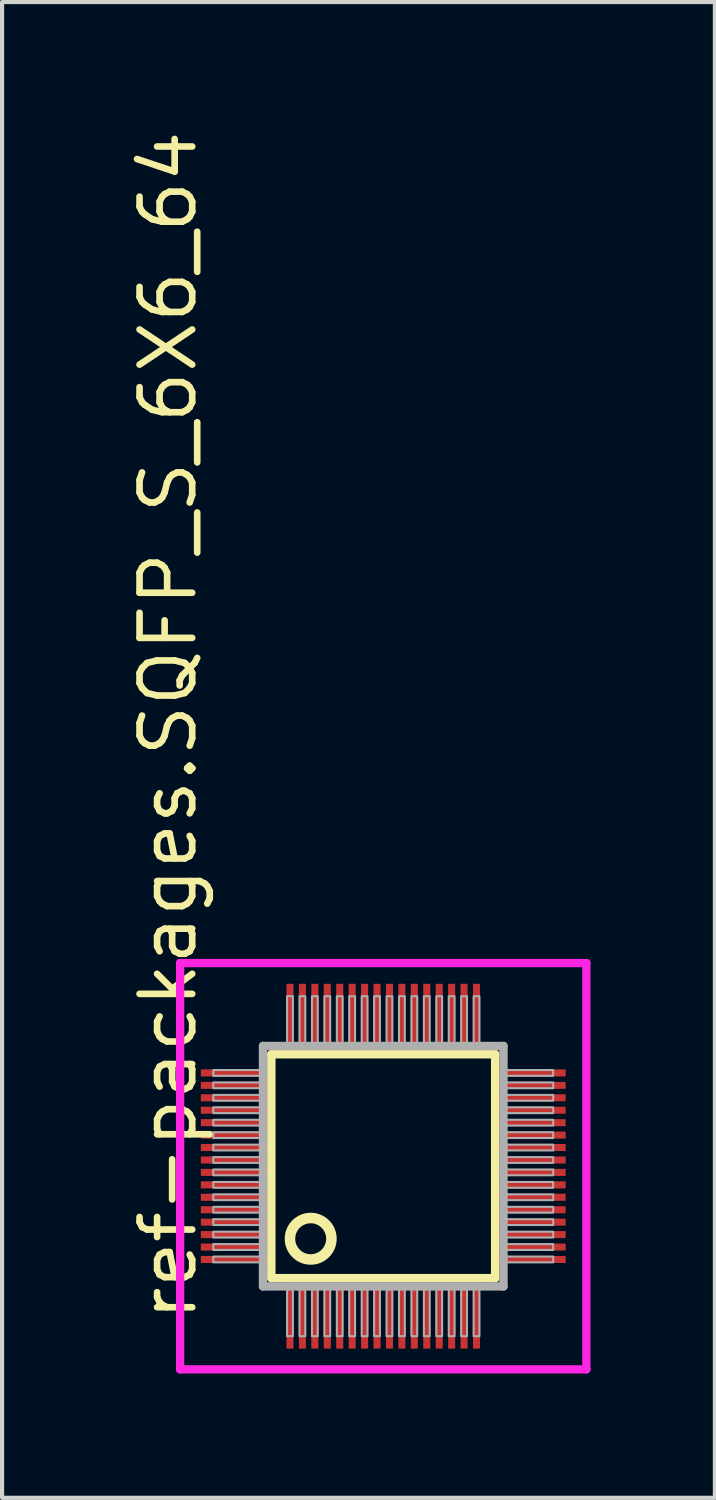
<source format=kicad_pcb>
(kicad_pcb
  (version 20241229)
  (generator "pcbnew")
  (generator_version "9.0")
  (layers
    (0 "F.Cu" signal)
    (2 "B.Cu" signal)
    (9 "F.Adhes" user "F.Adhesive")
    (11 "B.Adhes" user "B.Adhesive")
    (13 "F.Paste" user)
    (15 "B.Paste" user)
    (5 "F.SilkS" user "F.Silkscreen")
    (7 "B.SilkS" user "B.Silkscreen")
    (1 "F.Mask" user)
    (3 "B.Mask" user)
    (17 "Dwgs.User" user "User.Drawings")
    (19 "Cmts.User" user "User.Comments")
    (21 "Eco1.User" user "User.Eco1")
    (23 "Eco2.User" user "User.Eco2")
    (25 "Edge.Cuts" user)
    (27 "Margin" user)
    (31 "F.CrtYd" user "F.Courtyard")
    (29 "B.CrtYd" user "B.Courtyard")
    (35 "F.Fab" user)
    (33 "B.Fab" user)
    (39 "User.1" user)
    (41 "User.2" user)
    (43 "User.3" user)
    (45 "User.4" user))
  (footprint "ref-packages.SQFP_S_6X6_64"
    (layer "F.Cu")
    (at 6.195 25.082)
    (property "Reference" "ref-packages.SQFP_S_6X6_64" (at -4.445 3.81 90) (layer "F.SilkS") (effects (font (size 1.27 1.27) (thickness 0.16)) (justify left bottom)))
    (attr smd)
    (fp_line (start -2.7 -2.7) (end 2.7 -2.7) (stroke (width 0.203) (type default)) (layer "F.SilkS"))
    (fp_line (start -2.7 2.7) (end -2.7 -2.7) (stroke (width 0.203) (type default)) (layer "F.SilkS"))
    (fp_line (start 2.7 -2.7) (end 2.7 2.7) (stroke (width 0.203) (type default)) (layer "F.SilkS"))
    (fp_line (start 2.7 2.7) (end -2.7 2.7) (stroke (width 0.203) (type default)) (layer "F.SilkS"))
    (fp_circle (center -1.75 1.75) (end -1.25 1.75) (stroke (width 0.254) (type default)) (fill no) (layer "F.SilkS"))
    (fp_line (start -4.9 -4.9) (end 4.9 -4.9) (stroke (width 0.2) (type default)) (layer "F.CrtYd"))
    (fp_line (start -4.9 4.9) (end -4.9 -4.9) (stroke (width 0.2) (type default)) (layer "F.CrtYd"))
    (fp_line (start 4.9 -4.9) (end 4.9 4.9) (stroke (width 0.2) (type default)) (layer "F.CrtYd"))
    (fp_line (start 4.9 4.9) (end -4.9 4.9) (stroke (width 0.2) (type default)) (layer "F.CrtYd"))
    (fp_line (start -2.9 -2.9) (end -2.9 2.9) (stroke (width 0.203) (type default)) (layer "F.Fab"))
    (fp_line (start -2.9 2.9) (end 2.9 2.9) (stroke (width 0.203) (type default)) (layer "F.Fab"))
    (fp_line (start 2.9 -2.9) (end -2.9 -2.9) (stroke (width 0.203) (type default)) (layer "F.Fab"))
    (fp_line (start 2.9 2.9) (end 2.9 -2.9) (stroke (width 0.203) (type default)) (layer "F.Fab"))
    (fp_rect (start -4.1 -2.18) (end -2.95 -2.32) (stroke (width 0.05) (type default)) (fill no) (layer "F.Fab"))
    (fp_rect (start -4.1 -1.88) (end -2.95 -2.02) (stroke (width 0.05) (type default)) (fill no) (layer "F.Fab"))
    (fp_rect (start -4.1 -1.58) (end -2.95 -1.72) (stroke (width 0.05) (type default)) (fill no) (layer "F.Fab"))
    (fp_rect (start -4.1 -1.28) (end -2.95 -1.42) (stroke (width 0.05) (type default)) (fill no) (layer "F.Fab"))
    (fp_rect (start -4.1 -0.98) (end -2.95 -1.12) (stroke (width 0.05) (type default)) (fill no) (layer "F.Fab"))
    (fp_rect (start -4.1 -0.68) (end -2.95 -0.82) (stroke (width 0.05) (type default)) (fill no) (layer "F.Fab"))
    (fp_rect (start -4.1 -0.38) (end -2.95 -0.52) (stroke (width 0.05) (type default)) (fill no) (layer "F.Fab"))
    (fp_rect (start -4.1 -0.08) (end -2.95 -0.22) (stroke (width 0.05) (type default)) (fill no) (layer "F.Fab"))
    (fp_rect (start -4.1 0.22) (end -2.95 0.08) (stroke (width 0.05) (type default)) (fill no) (layer "F.Fab"))
    (fp_rect (start -4.1 0.52) (end -2.95 0.38) (stroke (width 0.05) (type default)) (fill no) (layer "F.Fab"))
    (fp_rect (start -4.1 0.82) (end -2.95 0.68) (stroke (width 0.05) (type default)) (fill no) (layer "F.Fab"))
    (fp_rect (start -4.1 1.12) (end -2.95 0.98) (stroke (width 0.05) (type default)) (fill no) (layer "F.Fab"))
    (fp_rect (start -4.1 1.42) (end -2.95 1.28) (stroke (width 0.05) (type default)) (fill no) (layer "F.Fab"))
    (fp_rect (start -4.1 1.72) (end -2.95 1.58) (stroke (width 0.05) (type default)) (fill no) (layer "F.Fab"))
    (fp_rect (start -4.1 2.02) (end -2.95 1.88) (stroke (width 0.05) (type default)) (fill no) (layer "F.Fab"))
    (fp_rect (start -4.1 2.32) (end -2.95 2.18) (stroke (width 0.05) (type default)) (fill no) (layer "F.Fab"))
    (fp_rect (start -2.32 -2.95) (end -2.18 -4.1) (stroke (width 0.05) (type default)) (fill no) (layer "F.Fab"))
    (fp_rect (start -2.32 4.1) (end -2.18 2.95) (stroke (width 0.05) (type default)) (fill no) (layer "F.Fab"))
    (fp_rect (start -2.02 -2.95) (end -1.88 -4.1) (stroke (width 0.05) (type default)) (fill no) (layer "F.Fab"))
    (fp_rect (start -2.02 4.1) (end -1.88 2.95) (stroke (width 0.05) (type default)) (fill no) (layer "F.Fab"))
    (fp_rect (start -1.72 -2.95) (end -1.58 -4.1) (stroke (width 0.05) (type default)) (fill no) (layer "F.Fab"))
    (fp_rect (start -1.72 4.1) (end -1.58 2.95) (stroke (width 0.05) (type default)) (fill no) (layer "F.Fab"))
    (fp_rect (start -1.42 -2.95) (end -1.28 -4.1) (stroke (width 0.05) (type default)) (fill no) (layer "F.Fab"))
    (fp_rect (start -1.42 4.1) (end -1.28 2.95) (stroke (width 0.05) (type default)) (fill no) (layer "F.Fab"))
    (fp_rect (start -1.12 -2.95) (end -0.98 -4.1) (stroke (width 0.05) (type default)) (fill no) (layer "F.Fab"))
    (fp_rect (start -1.12 4.1) (end -0.98 2.95) (stroke (width 0.05) (type default)) (fill no) (layer "F.Fab"))
    (fp_rect (start -0.82 -2.95) (end -0.68 -4.1) (stroke (width 0.05) (type default)) (fill no) (layer "F.Fab"))
    (fp_rect (start -0.82 4.1) (end -0.68 2.95) (stroke (width 0.05) (type default)) (fill no) (layer "F.Fab"))
    (fp_rect (start -0.52 -2.95) (end -0.38 -4.1) (stroke (width 0.05) (type default)) (fill no) (layer "F.Fab"))
    (fp_rect (start -0.52 4.1) (end -0.38 2.95) (stroke (width 0.05) (type default)) (fill no) (layer "F.Fab"))
    (fp_rect (start -0.22 -2.95) (end -0.08 -4.1) (stroke (width 0.05) (type default)) (fill no) (layer "F.Fab"))
    (fp_rect (start -0.22 4.1) (end -0.08 2.95) (stroke (width 0.05) (type default)) (fill no) (layer "F.Fab"))
    (fp_rect (start 0.08 -2.95) (end 0.22 -4.1) (stroke (width 0.05) (type default)) (fill no) (layer "F.Fab"))
    (fp_rect (start 0.08 4.1) (end 0.22 2.95) (stroke (width 0.05) (type default)) (fill no) (layer "F.Fab"))
    (fp_rect (start 0.38 -2.95) (end 0.52 -4.1) (stroke (width 0.05) (type default)) (fill no) (layer "F.Fab"))
    (fp_rect (start 0.38 4.1) (end 0.52 2.95) (stroke (width 0.05) (type default)) (fill no) (layer "F.Fab"))
    (fp_rect (start 0.68 -2.95) (end 0.82 -4.1) (stroke (width 0.05) (type default)) (fill no) (layer "F.Fab"))
    (fp_rect (start 0.68 4.1) (end 0.82 2.95) (stroke (width 0.05) (type default)) (fill no) (layer "F.Fab"))
    (fp_rect (start 0.98 -2.95) (end 1.12 -4.1) (stroke (width 0.05) (type default)) (fill no) (layer "F.Fab"))
    (fp_rect (start 0.98 4.1) (end 1.12 2.95) (stroke (width 0.05) (type default)) (fill no) (layer "F.Fab"))
    (fp_rect (start 1.28 -2.95) (end 1.42 -4.1) (stroke (width 0.05) (type default)) (fill no) (layer "F.Fab"))
    (fp_rect (start 1.28 4.1) (end 1.42 2.95) (stroke (width 0.05) (type default)) (fill no) (layer "F.Fab"))
    (fp_rect (start 1.58 -2.95) (end 1.72 -4.1) (stroke (width 0.05) (type default)) (fill no) (layer "F.Fab"))
    (fp_rect (start 1.58 4.1) (end 1.72 2.95) (stroke (width 0.05) (type default)) (fill no) (layer "F.Fab"))
    (fp_rect (start 1.88 -2.95) (end 2.02 -4.1) (stroke (width 0.05) (type default)) (fill no) (layer "F.Fab"))
    (fp_rect (start 1.88 4.1) (end 2.02 2.95) (stroke (width 0.05) (type default)) (fill no) (layer "F.Fab"))
    (fp_rect (start 2.18 -2.95) (end 2.32 -4.1) (stroke (width 0.05) (type default)) (fill no) (layer "F.Fab"))
    (fp_rect (start 2.18 4.1) (end 2.32 2.95) (stroke (width 0.05) (type default)) (fill no) (layer "F.Fab"))
    (fp_rect (start 2.95 -2.18) (end 4.1 -2.32) (stroke (width 0.05) (type default)) (fill no) (layer "F.Fab"))
    (fp_rect (start 2.95 -1.88) (end 4.1 -2.02) (stroke (width 0.05) (type default)) (fill no) (layer "F.Fab"))
    (fp_rect (start 2.95 -1.58) (end 4.1 -1.72) (stroke (width 0.05) (type default)) (fill no) (layer "F.Fab"))
    (fp_rect (start 2.95 -1.28) (end 4.1 -1.42) (stroke (width 0.05) (type default)) (fill no) (layer "F.Fab"))
    (fp_rect (start 2.95 -0.98) (end 4.1 -1.12) (stroke (width 0.05) (type default)) (fill no) (layer "F.Fab"))
    (fp_rect (start 2.95 -0.68) (end 4.1 -0.82) (stroke (width 0.05) (type default)) (fill no) (layer "F.Fab"))
    (fp_rect (start 2.95 -0.38) (end 4.1 -0.52) (stroke (width 0.05) (type default)) (fill no) (layer "F.Fab"))
    (fp_rect (start 2.95 -0.08) (end 4.1 -0.22) (stroke (width 0.05) (type default)) (fill no) (layer "F.Fab"))
    (fp_rect (start 2.95 0.22) (end 4.1 0.08) (stroke (width 0.05) (type default)) (fill no) (layer "F.Fab"))
    (fp_rect (start 2.95 0.52) (end 4.1 0.38) (stroke (width 0.05) (type default)) (fill no) (layer "F.Fab"))
    (fp_rect (start 2.95 0.82) (end 4.1 0.68) (stroke (width 0.05) (type default)) (fill no) (layer "F.Fab"))
    (fp_rect (start 2.95 1.12) (end 4.1 0.98) (stroke (width 0.05) (type default)) (fill no) (layer "F.Fab"))
    (fp_rect (start 2.95 1.42) (end 4.1 1.28) (stroke (width 0.05) (type default)) (fill no) (layer "F.Fab"))
    (fp_rect (start 2.95 1.72) (end 4.1 1.58) (stroke (width 0.05) (type default)) (fill no) (layer "F.Fab"))
    (fp_rect (start 2.95 2.02) (end 4.1 1.88) (stroke (width 0.05) (type default)) (fill no) (layer "F.Fab"))
    (fp_rect (start 2.95 2.32) (end 4.1 2.18) (stroke (width 0.05) (type default)) (fill no) (layer "F.Fab"))
    (pad "1" smd roundrect (at -2.25 3.6) (size 0.17 1.6) (layers "F.Cu" "F.Mask" "F.Paste") (roundrect_rratio 0.01))
    (pad "2" smd roundrect (at -1.95 3.6) (size 0.17 1.6) (layers "F.Cu" "F.Mask" "F.Paste") (roundrect_rratio 0.01))
    (pad "3" smd roundrect (at -1.65 3.6) (size 0.17 1.6) (layers "F.Cu" "F.Mask" "F.Paste") (roundrect_rratio 0.01))
    (pad "4" smd roundrect (at -1.35 3.6) (size 0.17 1.6) (layers "F.Cu" "F.Mask" "F.Paste") (roundrect_rratio 0.01))
    (pad "5" smd roundrect (at -1.05 3.6) (size 0.17 1.6) (layers "F.Cu" "F.Mask" "F.Paste") (roundrect_rratio 0.01))
    (pad "6" smd roundrect (at -0.75 3.6) (size 0.17 1.6) (layers "F.Cu" "F.Mask" "F.Paste") (roundrect_rratio 0.01))
    (pad "7" smd roundrect (at -0.45 3.6) (size 0.17 1.6) (layers "F.Cu" "F.Mask" "F.Paste") (roundrect_rratio 0.01))
    (pad "8" smd roundrect (at -0.15 3.6) (size 0.17 1.6) (layers "F.Cu" "F.Mask" "F.Paste") (roundrect_rratio 0.01))
    (pad "9" smd roundrect (at 0.15 3.6) (size 0.17 1.6) (layers "F.Cu" "F.Mask" "F.Paste") (roundrect_rratio 0.01))
    (pad "10" smd roundrect (at 0.45 3.6) (size 0.17 1.6) (layers "F.Cu" "F.Mask" "F.Paste") (roundrect_rratio 0.01))
    (pad "11" smd roundrect (at 0.75 3.6) (size 0.17 1.6) (layers "F.Cu" "F.Mask" "F.Paste") (roundrect_rratio 0.01))
    (pad "12" smd roundrect (at 1.05 3.6) (size 0.17 1.6) (layers "F.Cu" "F.Mask" "F.Paste") (roundrect_rratio 0.01))
    (pad "13" smd roundrect (at 1.35 3.6) (size 0.17 1.6) (layers "F.Cu" "F.Mask" "F.Paste") (roundrect_rratio 0.01))
    (pad "14" smd roundrect (at 1.65 3.6) (size 0.17 1.6) (layers "F.Cu" "F.Mask" "F.Paste") (roundrect_rratio 0.01))
    (pad "15" smd roundrect (at 1.95 3.6) (size 0.17 1.6) (layers "F.Cu" "F.Mask" "F.Paste") (roundrect_rratio 0.01))
    (pad "16" smd roundrect (at 2.25 3.6) (size 0.17 1.6) (layers "F.Cu" "F.Mask" "F.Paste") (roundrect_rratio 0.01))
    (pad "17" smd roundrect (at 3.6 2.25) (size 1.6 0.17) (layers "F.Cu" "F.Mask" "F.Paste") (roundrect_rratio 0.01))
    (pad "18" smd roundrect (at 3.6 1.95) (size 1.6 0.17) (layers "F.Cu" "F.Mask" "F.Paste") (roundrect_rratio 0.01))
    (pad "19" smd roundrect (at 3.6 1.65) (size 1.6 0.17) (layers "F.Cu" "F.Mask" "F.Paste") (roundrect_rratio 0.01))
    (pad "20" smd roundrect (at 3.6 1.35) (size 1.6 0.17) (layers "F.Cu" "F.Mask" "F.Paste") (roundrect_rratio 0.01))
    (pad "21" smd roundrect (at 3.6 1.05) (size 1.6 0.17) (layers "F.Cu" "F.Mask" "F.Paste") (roundrect_rratio 0.01))
    (pad "22" smd roundrect (at 3.6 0.75) (size 1.6 0.17) (layers "F.Cu" "F.Mask" "F.Paste") (roundrect_rratio 0.01))
    (pad "23" smd roundrect (at 3.6 0.45) (size 1.6 0.17) (layers "F.Cu" "F.Mask" "F.Paste") (roundrect_rratio 0.01))
    (pad "24" smd roundrect (at 3.6 0.15) (size 1.6 0.17) (layers "F.Cu" "F.Mask" "F.Paste") (roundrect_rratio 0.01))
    (pad "25" smd roundrect (at 3.6 -0.15) (size 1.6 0.17) (layers "F.Cu" "F.Mask" "F.Paste") (roundrect_rratio 0.01))
    (pad "26" smd roundrect (at 3.6 -0.45) (size 1.6 0.17) (layers "F.Cu" "F.Mask" "F.Paste") (roundrect_rratio 0.01))
    (pad "27" smd roundrect (at 3.6 -0.75) (size 1.6 0.17) (layers "F.Cu" "F.Mask" "F.Paste") (roundrect_rratio 0.01))
    (pad "28" smd roundrect (at 3.6 -1.05) (size 1.6 0.17) (layers "F.Cu" "F.Mask" "F.Paste") (roundrect_rratio 0.01))
    (pad "29" smd roundrect (at 3.6 -1.35) (size 1.6 0.17) (layers "F.Cu" "F.Mask" "F.Paste") (roundrect_rratio 0.01))
    (pad "30" smd roundrect (at 3.6 -1.65) (size 1.6 0.17) (layers "F.Cu" "F.Mask" "F.Paste") (roundrect_rratio 0.01))
    (pad "31" smd roundrect (at 3.6 -1.95) (size 1.6 0.17) (layers "F.Cu" "F.Mask" "F.Paste") (roundrect_rratio 0.01))
    (pad "32" smd roundrect (at 3.6 -2.25) (size 1.6 0.17) (layers "F.Cu" "F.Mask" "F.Paste") (roundrect_rratio 0.01))
    (pad "33" smd roundrect (at 2.25 -3.6) (size 0.17 1.6) (layers "F.Cu" "F.Mask" "F.Paste") (roundrect_rratio 0.01))
    (pad "34" smd roundrect (at 1.95 -3.6) (size 0.17 1.6) (layers "F.Cu" "F.Mask" "F.Paste") (roundrect_rratio 0.01))
    (pad "35" smd roundrect (at 1.65 -3.6) (size 0.17 1.6) (layers "F.Cu" "F.Mask" "F.Paste") (roundrect_rratio 0.01))
    (pad "36" smd roundrect (at 1.35 -3.6) (size 0.17 1.6) (layers "F.Cu" "F.Mask" "F.Paste") (roundrect_rratio 0.01))
    (pad "37" smd roundrect (at 1.05 -3.6) (size 0.17 1.6) (layers "F.Cu" "F.Mask" "F.Paste") (roundrect_rratio 0.01))
    (pad "38" smd roundrect (at 0.75 -3.6) (size 0.17 1.6) (layers "F.Cu" "F.Mask" "F.Paste") (roundrect_rratio 0.01))
    (pad "39" smd roundrect (at 0.45 -3.6) (size 0.17 1.6) (layers "F.Cu" "F.Mask" "F.Paste") (roundrect_rratio 0.01))
    (pad "40" smd roundrect (at 0.15 -3.6) (size 0.17 1.6) (layers "F.Cu" "F.Mask" "F.Paste") (roundrect_rratio 0.01))
    (pad "41" smd roundrect (at -0.15 -3.6) (size 0.17 1.6) (layers "F.Cu" "F.Mask" "F.Paste") (roundrect_rratio 0.01))
    (pad "42" smd roundrect (at -0.45 -3.6) (size 0.17 1.6) (layers "F.Cu" "F.Mask" "F.Paste") (roundrect_rratio 0.01))
    (pad "43" smd roundrect (at -0.75 -3.6) (size 0.17 1.6) (layers "F.Cu" "F.Mask" "F.Paste") (roundrect_rratio 0.01))
    (pad "44" smd roundrect (at -1.05 -3.6) (size 0.17 1.6) (layers "F.Cu" "F.Mask" "F.Paste") (roundrect_rratio 0.01))
    (pad "45" smd roundrect (at -1.35 -3.6) (size 0.17 1.6) (layers "F.Cu" "F.Mask" "F.Paste") (roundrect_rratio 0.01))
    (pad "46" smd roundrect (at -1.65 -3.6) (size 0.17 1.6) (layers "F.Cu" "F.Mask" "F.Paste") (roundrect_rratio 0.01))
    (pad "47" smd roundrect (at -1.95 -3.6) (size 0.17 1.6) (layers "F.Cu" "F.Mask" "F.Paste") (roundrect_rratio 0.01))
    (pad "48" smd roundrect (at -2.25 -3.6) (size 0.17 1.6) (layers "F.Cu" "F.Mask" "F.Paste") (roundrect_rratio 0.01))
    (pad "49" smd roundrect (at -3.6 -2.25) (size 1.6 0.17) (layers "F.Cu" "F.Mask" "F.Paste") (roundrect_rratio 0.01))
    (pad "50" smd roundrect (at -3.6 -1.95) (size 1.6 0.17) (layers "F.Cu" "F.Mask" "F.Paste") (roundrect_rratio 0.01))
    (pad "51" smd roundrect (at -3.6 -1.65) (size 1.6 0.17) (layers "F.Cu" "F.Mask" "F.Paste") (roundrect_rratio 0.01))
    (pad "52" smd roundrect (at -3.6 -1.35) (size 1.6 0.17) (layers "F.Cu" "F.Mask" "F.Paste") (roundrect_rratio 0.01))
    (pad "53" smd roundrect (at -3.6 -1.05) (size 1.6 0.17) (layers "F.Cu" "F.Mask" "F.Paste") (roundrect_rratio 0.01))
    (pad "54" smd roundrect (at -3.6 -0.75) (size 1.6 0.17) (layers "F.Cu" "F.Mask" "F.Paste") (roundrect_rratio 0.01))
    (pad "55" smd roundrect (at -3.6 -0.45) (size 1.6 0.17) (layers "F.Cu" "F.Mask" "F.Paste") (roundrect_rratio 0.01))
    (pad "56" smd roundrect (at -3.6 -0.15) (size 1.6 0.17) (layers "F.Cu" "F.Mask" "F.Paste") (roundrect_rratio 0.01))
    (pad "57" smd roundrect (at -3.6 0.15) (size 1.6 0.17) (layers "F.Cu" "F.Mask" "F.Paste") (roundrect_rratio 0.01))
    (pad "58" smd roundrect (at -3.6 0.45) (size 1.6 0.17) (layers "F.Cu" "F.Mask" "F.Paste") (roundrect_rratio 0.01))
    (pad "59" smd roundrect (at -3.6 0.75) (size 1.6 0.17) (layers "F.Cu" "F.Mask" "F.Paste") (roundrect_rratio 0.01))
    (pad "60" smd roundrect (at -3.6 1.05) (size 1.6 0.17) (layers "F.Cu" "F.Mask" "F.Paste") (roundrect_rratio 0.01))
    (pad "61" smd roundrect (at -3.6 1.35) (size 1.6 0.17) (layers "F.Cu" "F.Mask" "F.Paste") (roundrect_rratio 0.01))
    (pad "62" smd roundrect (at -3.6 1.65) (size 1.6 0.17) (layers "F.Cu" "F.Mask" "F.Paste") (roundrect_rratio 0.01))
    (pad "63" smd roundrect (at -3.6 1.95) (size 1.6 0.17) (layers "F.Cu" "F.Mask" "F.Paste") (roundrect_rratio 0.01))
    (pad "64" smd roundrect (at -3.6 2.25) (size 1.6 0.17) (layers "F.Cu" "F.Mask" "F.Paste") (roundrect_rratio 0.01)))
  (gr_rect
    (start -3 -3)
    (end 14.195 33.082)
    (stroke (width 0.1) (type default))
    (fill no)
    (layer "Edge.Cuts")))
</source>
